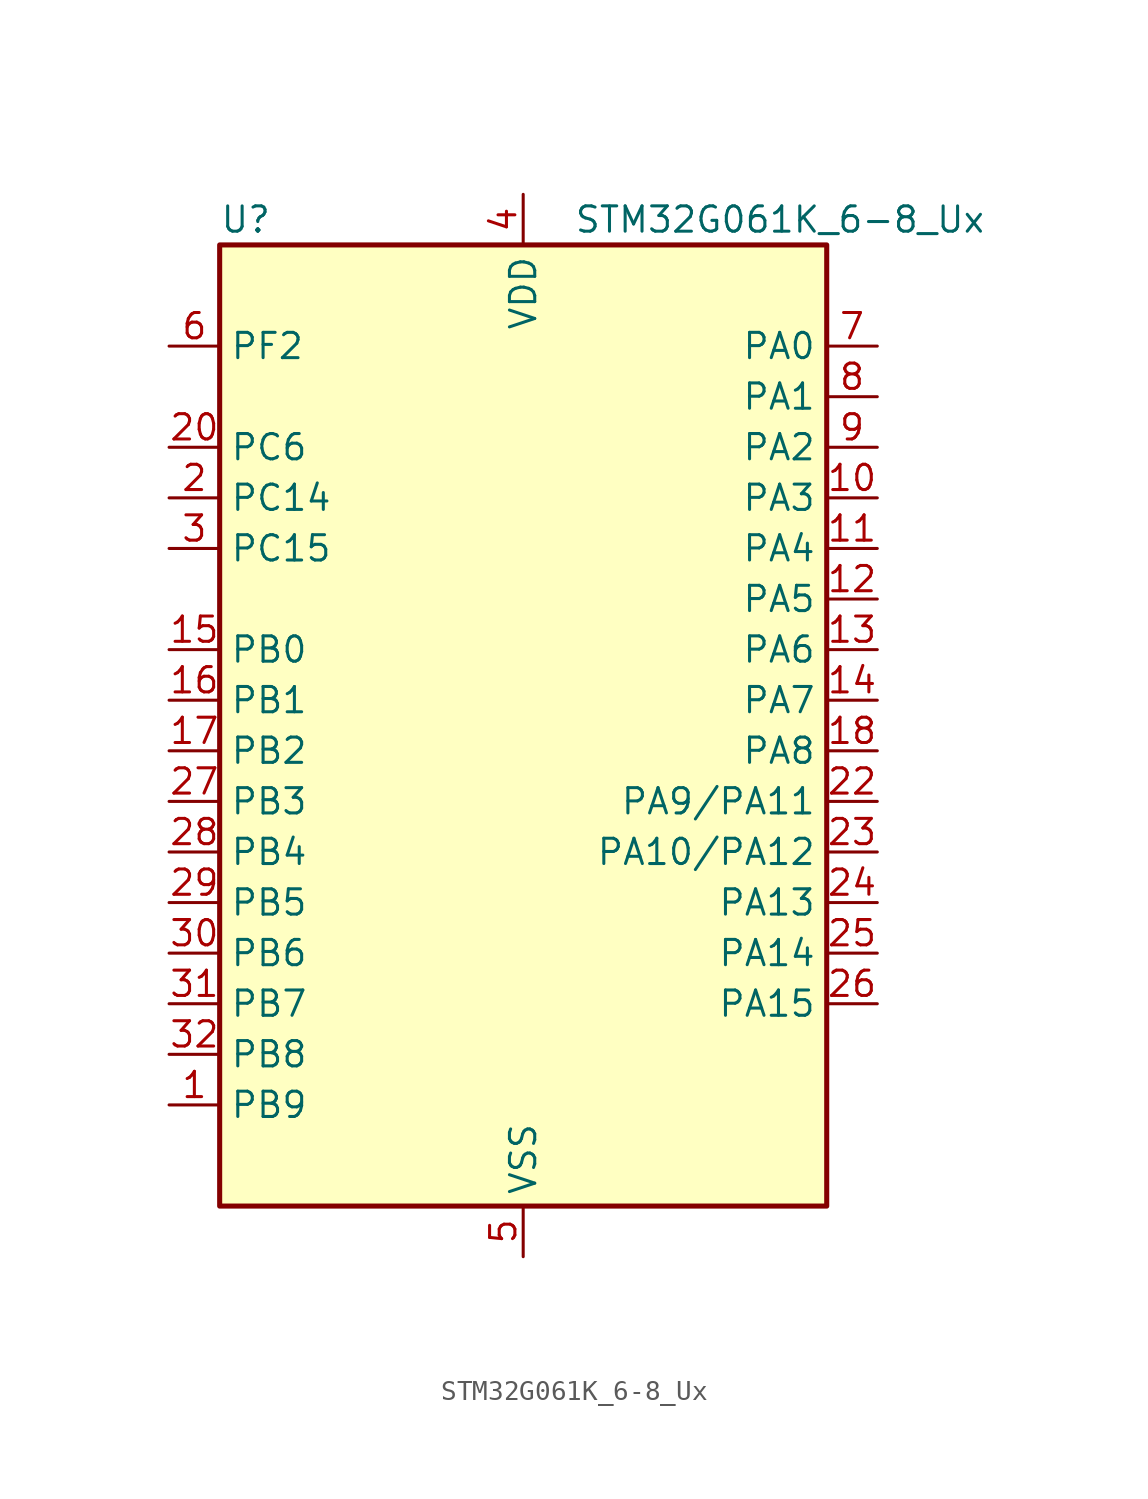
<source format=kicad_sym>
(kicad_symbol_lib
  (version 20231120)
  (generator "kicad-library-utils")
  (generator_version "8.0")
  (symbol "STM32G061K_6-8_Ux"
    (property "Reference" "U"
      (at -15.24 26.67 0)
      (effects (font (size 1.27 1.27)) (justify left)))
    (property "Value" "STM32G061K_6-8_Ux"
      (at 2.54 26.67 0)
      (effects (font (size 1.27 1.27)) (justify left)))
    (symbol "STM32G061K_6-8_Ux_0_1"
      (rectangle (start -15.24 -22.86) (end 15.24 25.4) (stroke (width 0.254) (type default)) (fill (type background))))
    (symbol "STM32G061K_6-8_Ux_1_1"
      (pin bidirectional line (at -17.78 -17.78 0) (length 2.54) (name "PB9" (effects (font (size 1.27 1.27)))) (number "1" (effects (font (size 1.27 1.27)))) (alternate "DAC1_EXTI9" bidirectional line) (alternate "I2C1_SDA" bidirectional line) (alternate "IR_OUT" bidirectional line) (alternate "SPI2_NSS" bidirectional line) (alternate "TIM17_CH1" bidirectional line))
      (pin bidirectional line (at 17.78 12.7 180) (length 2.54) (name "PA3" (effects (font (size 1.27 1.27)))) (number "10" (effects (font (size 1.27 1.27)))) (alternate "ADC1_IN3" bidirectional line) (alternate "COMP2_INP" bidirectional line) (alternate "LPUART1_RX" bidirectional line) (alternate "SPI2_MISO" bidirectional line) (alternate "TIM15_CH2" bidirectional line) (alternate "TIM2_CH4" bidirectional line) (alternate "USART2_RX" bidirectional line))
      (pin bidirectional line (at 17.78 10.16 180) (length 2.54) (name "PA4" (effects (font (size 1.27 1.27)))) (number "11" (effects (font (size 1.27 1.27)))) (alternate "ADC1_IN4" bidirectional line) (alternate "DAC1_OUT1" bidirectional line) (alternate "I2S1_WS" bidirectional line) (alternate "LPTIM2_OUT" bidirectional line) (alternate "RTC_OUT1" bidirectional line) (alternate "RTC_TAMP_IN1" bidirectional line) (alternate "RTC_TS" bidirectional line) (alternate "SPI1_NSS" bidirectional line) (alternate "SPI2_MOSI" bidirectional line) (alternate "SYS_WKUP2" bidirectional line) (alternate "TIM14_CH1" bidirectional line))
      (pin bidirectional line (at 17.78 7.62 180) (length 2.54) (name "PA5" (effects (font (size 1.27 1.27)))) (number "12" (effects (font (size 1.27 1.27)))) (alternate "ADC1_IN5" bidirectional line) (alternate "DAC1_OUT2" bidirectional line) (alternate "I2S1_CK" bidirectional line) (alternate "LPTIM2_ETR" bidirectional line) (alternate "SPI1_SCK" bidirectional line) (alternate "TIM2_CH1" bidirectional line) (alternate "TIM2_ETR" bidirectional line))
      (pin bidirectional line (at 17.78 5.08 180) (length 2.54) (name "PA6" (effects (font (size 1.27 1.27)))) (number "13" (effects (font (size 1.27 1.27)))) (alternate "ADC1_IN6" bidirectional line) (alternate "COMP1_OUT" bidirectional line) (alternate "I2S1_MCK" bidirectional line) (alternate "LPUART1_CTS" bidirectional line) (alternate "SPI1_MISO" bidirectional line) (alternate "TIM16_CH1" bidirectional line) (alternate "TIM1_BK" bidirectional line) (alternate "TIM3_CH1" bidirectional line))
      (pin bidirectional line (at 17.78 2.54 180) (length 2.54) (name "PA7" (effects (font (size 1.27 1.27)))) (number "14" (effects (font (size 1.27 1.27)))) (alternate "ADC1_IN7" bidirectional line) (alternate "COMP2_OUT" bidirectional line) (alternate "I2S1_SD" bidirectional line) (alternate "SPI1_MOSI" bidirectional line) (alternate "TIM14_CH1" bidirectional line) (alternate "TIM17_CH1" bidirectional line) (alternate "TIM1_CH1N" bidirectional line) (alternate "TIM3_CH2" bidirectional line))
      (pin bidirectional line (at -17.78 5.08 0) (length 2.54) (name "PB0" (effects (font (size 1.27 1.27)))) (number "15" (effects (font (size 1.27 1.27)))) (alternate "ADC1_IN8" bidirectional line) (alternate "COMP1_OUT" bidirectional line) (alternate "I2S1_WS" bidirectional line) (alternate "LPTIM1_OUT" bidirectional line) (alternate "SPI1_NSS" bidirectional line) (alternate "TIM1_CH2N" bidirectional line) (alternate "TIM3_CH3" bidirectional line))
      (pin bidirectional line (at -17.78 2.54 0) (length 2.54) (name "PB1" (effects (font (size 1.27 1.27)))) (number "16" (effects (font (size 1.27 1.27)))) (alternate "ADC1_IN9" bidirectional line) (alternate "COMP1_INM" bidirectional line) (alternate "LPTIM2_IN1" bidirectional line) (alternate "LPUART1_DE" bidirectional line) (alternate "LPUART1_RTS" bidirectional line) (alternate "TIM14_CH1" bidirectional line) (alternate "TIM1_CH3N" bidirectional line) (alternate "TIM3_CH4" bidirectional line))
      (pin bidirectional line (at -17.78 0 0) (length 2.54) (name "PB2" (effects (font (size 1.27 1.27)))) (number "17" (effects (font (size 1.27 1.27)))) (alternate "ADC1_IN10" bidirectional line) (alternate "COMP1_INP" bidirectional line) (alternate "LPTIM1_OUT" bidirectional line) (alternate "SPI2_MISO" bidirectional line))
      (pin bidirectional line (at 17.78 0 180) (length 2.54) (name "PA8" (effects (font (size 1.27 1.27)))) (number "18" (effects (font (size 1.27 1.27)))) (alternate "LPTIM2_OUT" bidirectional line) (alternate "RCC_MCO" bidirectional line) (alternate "SPI2_NSS" bidirectional line) (alternate "TIM1_CH1" bidirectional line))
      (pin no_connect line (at -15.24 -22.86 0) (length 2.54) hide (name "NC/PA9" (effects (font (size 1.27 1.27)))) (number "19" (effects (font (size 1.27 1.27)))) (alternate "NC" bidirectional line) (alternate "PA9" bidirectional line) (alternate "DAC1_EXTI9 (PA9)" bidirectional line) (alternate "I2C1_SCL (PA9)" bidirectional line) (alternate "RCC_MCO (PA9)" bidirectional line) (alternate "SPI2_MISO (PA9)" bidirectional line) (alternate "TIM15_BK (PA9)" bidirectional line) (alternate "TIM1_CH2 (PA9)" bidirectional line) (alternate "USART1_TX (PA9)" bidirectional line))
      (pin bidirectional line (at -17.78 12.7 0) (length 2.54) (name "PC14" (effects (font (size 1.27 1.27)))) (number "2" (effects (font (size 1.27 1.27)))) (alternate "RCC_OSC32_IN" bidirectional line) (alternate "RCC_OSC_IN" bidirectional line) (alternate "TIM1_BK2" bidirectional line))
      (pin bidirectional line (at -17.78 15.24 0) (length 2.54) (name "PC6" (effects (font (size 1.27 1.27)))) (number "20" (effects (font (size 1.27 1.27)))) (alternate "TIM2_CH3" bidirectional line) (alternate "TIM3_CH1" bidirectional line))
      (pin no_connect line (at -15.24 -20.32 0) (length 2.54) hide (name "NC/PA10" (effects (font (size 1.27 1.27)))) (number "21" (effects (font (size 1.27 1.27)))) (alternate "NC" bidirectional line) (alternate "PA10" bidirectional line) (alternate "I2C1_SDA (PA10)" bidirectional line) (alternate "SPI2_MOSI (PA10)" bidirectional line) (alternate "TIM17_BK (PA10)" bidirectional line) (alternate "TIM1_CH3 (PA10)" bidirectional line) (alternate "USART1_RX (PA10)" bidirectional line))
      (pin bidirectional line (at 17.78 -2.54 180) (length 2.54) (name "PA9/PA11" (effects (font (size 1.27 1.27)))) (number "22" (effects (font (size 1.27 1.27)))) (alternate "PA9" bidirectional line) (alternate "DAC1_EXTI9 (PA9)" bidirectional line) (alternate "I2C1_SCL (PA9)" bidirectional line) (alternate "RCC_MCO (PA9)" bidirectional line) (alternate "SPI2_MISO (PA9)" bidirectional line) (alternate "TIM15_BK (PA9)" bidirectional line) (alternate "TIM1_CH2 (PA9)" bidirectional line) (alternate "USART1_TX (PA9)" bidirectional line) (alternate "PA11" bidirectional line) (alternate "ADC1_EXTI11 (PA11)" bidirectional line) (alternate "ADC1_IN15 (PA11)" bidirectional line) (alternate "COMP1_OUT (PA11)" bidirectional line) (alternate "I2C2_SCL (PA11)" bidirectional line) (alternate "I2S1_MCK (PA11)" bidirectional line) (alternate "SPI1_MISO (PA11)" bidirectional line) (alternate "TIM1_BK2 (PA11)" bidirectional line) (alternate "TIM1_CH4 (PA11)" bidirectional line) (alternate "USART1_CTS (PA11)" bidirectional line) (alternate "USART1_NSS (PA11)" bidirectional line))
      (pin bidirectional line (at 17.78 -5.08 180) (length 2.54) (name "PA10/PA12" (effects (font (size 1.27 1.27)))) (number "23" (effects (font (size 1.27 1.27)))) (alternate "PA10" bidirectional line) (alternate "I2C1_SDA (PA10)" bidirectional line) (alternate "SPI2_MOSI (PA10)" bidirectional line) (alternate "TIM17_BK (PA10)" bidirectional line) (alternate "TIM1_CH3 (PA10)" bidirectional line) (alternate "USART1_RX (PA10)" bidirectional line) (alternate "PA12" bidirectional line) (alternate "ADC1_IN16 (PA12)" bidirectional line) (alternate "COMP2_OUT (PA12)" bidirectional line) (alternate "I2C2_SDA (PA12)" bidirectional line) (alternate "I2S1_SD (PA12)" bidirectional line) (alternate "I2S_CKIN (PA12)" bidirectional line) (alternate "SPI1_MOSI (PA12)" bidirectional line) (alternate "TIM1_ETR (PA12)" bidirectional line) (alternate "USART1_CK (PA12)" bidirectional line) (alternate "USART1_DE (PA12)" bidirectional line) (alternate "USART1_RTS (PA12)" bidirectional line))
      (pin bidirectional line (at 17.78 -7.62 180) (length 2.54) (name "PA13" (effects (font (size 1.27 1.27)))) (number "24" (effects (font (size 1.27 1.27)))) (alternate "ADC1_IN17" bidirectional line) (alternate "IR_OUT" bidirectional line) (alternate "SYS_SWDIO" bidirectional line))
      (pin bidirectional line (at 17.78 -10.16 180) (length 2.54) (name "PA14" (effects (font (size 1.27 1.27)))) (number "25" (effects (font (size 1.27 1.27)))) (alternate "ADC1_IN18" bidirectional line) (alternate "SYS_SWCLK" bidirectional line) (alternate "USART2_TX" bidirectional line))
      (pin bidirectional line (at 17.78 -12.7 180) (length 2.54) (name "PA15" (effects (font (size 1.27 1.27)))) (number "26" (effects (font (size 1.27 1.27)))) (alternate "I2S1_WS" bidirectional line) (alternate "SPI1_NSS" bidirectional line) (alternate "TIM2_CH1" bidirectional line) (alternate "TIM2_ETR" bidirectional line) (alternate "USART2_RX" bidirectional line))
      (pin bidirectional line (at -17.78 -2.54 0) (length 2.54) (name "PB3" (effects (font (size 1.27 1.27)))) (number "27" (effects (font (size 1.27 1.27)))) (alternate "COMP2_INM" bidirectional line) (alternate "I2S1_CK" bidirectional line) (alternate "SPI1_SCK" bidirectional line) (alternate "TIM1_CH2" bidirectional line) (alternate "TIM2_CH2" bidirectional line) (alternate "USART1_CK" bidirectional line) (alternate "USART1_DE" bidirectional line) (alternate "USART1_RTS" bidirectional line))
      (pin bidirectional line (at -17.78 -5.08 0) (length 2.54) (name "PB4" (effects (font (size 1.27 1.27)))) (number "28" (effects (font (size 1.27 1.27)))) (alternate "COMP2_INP" bidirectional line) (alternate "I2S1_MCK" bidirectional line) (alternate "SPI1_MISO" bidirectional line) (alternate "TIM17_BK" bidirectional line) (alternate "TIM3_CH1" bidirectional line) (alternate "USART1_CTS" bidirectional line) (alternate "USART1_NSS" bidirectional line))
      (pin bidirectional line (at -17.78 -7.62 0) (length 2.54) (name "PB5" (effects (font (size 1.27 1.27)))) (number "29" (effects (font (size 1.27 1.27)))) (alternate "COMP2_OUT" bidirectional line) (alternate "I2C1_SMBA" bidirectional line) (alternate "I2S1_SD" bidirectional line) (alternate "LPTIM1_IN1" bidirectional line) (alternate "SPI1_MOSI" bidirectional line) (alternate "SYS_WKUP6" bidirectional line) (alternate "TIM16_BK" bidirectional line) (alternate "TIM3_CH2" bidirectional line))
      (pin bidirectional line (at -17.78 10.16 0) (length 2.54) (name "PC15" (effects (font (size 1.27 1.27)))) (number "3" (effects (font (size 1.27 1.27)))) (alternate "RCC_OSC32_EN" bidirectional line) (alternate "RCC_OSC32_OUT" bidirectional line) (alternate "RCC_OSC_EN" bidirectional line) (alternate "TIM15_BK" bidirectional line))
      (pin bidirectional line (at -17.78 -10.16 0) (length 2.54) (name "PB6" (effects (font (size 1.27 1.27)))) (number "30" (effects (font (size 1.27 1.27)))) (alternate "COMP2_INP" bidirectional line) (alternate "I2C1_SCL" bidirectional line) (alternate "LPTIM1_ETR" bidirectional line) (alternate "SPI2_MISO" bidirectional line) (alternate "TIM16_CH1N" bidirectional line) (alternate "TIM1_CH3" bidirectional line) (alternate "USART1_TX" bidirectional line))
      (pin bidirectional line (at -17.78 -12.7 0) (length 2.54) (name "PB7" (effects (font (size 1.27 1.27)))) (number "31" (effects (font (size 1.27 1.27)))) (alternate "ADC1_IN11" bidirectional line) (alternate "COMP2_INM" bidirectional line) (alternate "I2C1_SDA" bidirectional line) (alternate "LPTIM1_IN2" bidirectional line) (alternate "SPI2_MOSI" bidirectional line) (alternate "SYS_PVD_IN" bidirectional line) (alternate "TIM17_CH1N" bidirectional line) (alternate "USART1_RX" bidirectional line))
      (pin bidirectional line (at -17.78 -15.24 0) (length 2.54) (name "PB8" (effects (font (size 1.27 1.27)))) (number "32" (effects (font (size 1.27 1.27)))) (alternate "I2C1_SCL" bidirectional line) (alternate "SPI2_SCK" bidirectional line) (alternate "TIM15_BK" bidirectional line) (alternate "TIM16_CH1" bidirectional line))
      (pin passive line (at 0 -25.4 90) (length 2.54) hide (name "VSS" (effects (font (size 1.27 1.27)))) (number "33" (effects (font (size 1.27 1.27)))))
      (pin power_in line (at 0 27.94 270) (length 2.54) (name "VDD" (effects (font (size 1.27 1.27)))) (number "4" (effects (font (size 1.27 1.27)))))
      (pin power_in line (at 0 -25.4 90) (length 2.54) (name "VSS" (effects (font (size 1.27 1.27)))) (number "5" (effects (font (size 1.27 1.27)))))
      (pin bidirectional line (at -17.78 20.32 0) (length 2.54) (name "PF2" (effects (font (size 1.27 1.27)))) (number "6" (effects (font (size 1.27 1.27)))) (alternate "RCC_MCO" bidirectional line))
      (pin bidirectional line (at 17.78 20.32 180) (length 2.54) (name "PA0" (effects (font (size 1.27 1.27)))) (number "7" (effects (font (size 1.27 1.27)))) (alternate "ADC1_IN0" bidirectional line) (alternate "COMP1_INM" bidirectional line) (alternate "COMP1_OUT" bidirectional line) (alternate "LPTIM1_OUT" bidirectional line) (alternate "RTC_TAMP_IN2" bidirectional line) (alternate "SPI2_SCK" bidirectional line) (alternate "SYS_WKUP1" bidirectional line) (alternate "TIM2_CH1" bidirectional line) (alternate "TIM2_ETR" bidirectional line) (alternate "USART2_CTS" bidirectional line) (alternate "USART2_NSS" bidirectional line))
      (pin bidirectional line (at 17.78 17.78 180) (length 2.54) (name "PA1" (effects (font (size 1.27 1.27)))) (number "8" (effects (font (size 1.27 1.27)))) (alternate "ADC1_IN1" bidirectional line) (alternate "COMP1_INP" bidirectional line) (alternate "I2C1_SMBA" bidirectional line) (alternate "I2S1_CK" bidirectional line) (alternate "SPI1_SCK" bidirectional line) (alternate "TIM15_CH1N" bidirectional line) (alternate "TIM2_CH2" bidirectional line) (alternate "USART2_CK" bidirectional line) (alternate "USART2_DE" bidirectional line) (alternate "USART2_RTS" bidirectional line))
      (pin bidirectional line (at 17.78 15.24 180) (length 2.54) (name "PA2" (effects (font (size 1.27 1.27)))) (number "9" (effects (font (size 1.27 1.27)))) (alternate "ADC1_IN2" bidirectional line) (alternate "COMP2_INM" bidirectional line) (alternate "COMP2_OUT" bidirectional line) (alternate "I2S1_SD" bidirectional line) (alternate "LPUART1_TX" bidirectional line) (alternate "RCC_LSCO" bidirectional line) (alternate "SPI1_MOSI" bidirectional line) (alternate "SYS_WKUP4" bidirectional line) (alternate "TIM15_CH1" bidirectional line) (alternate "TIM2_CH3" bidirectional line) (alternate "USART2_TX" bidirectional line)))))
</source>
